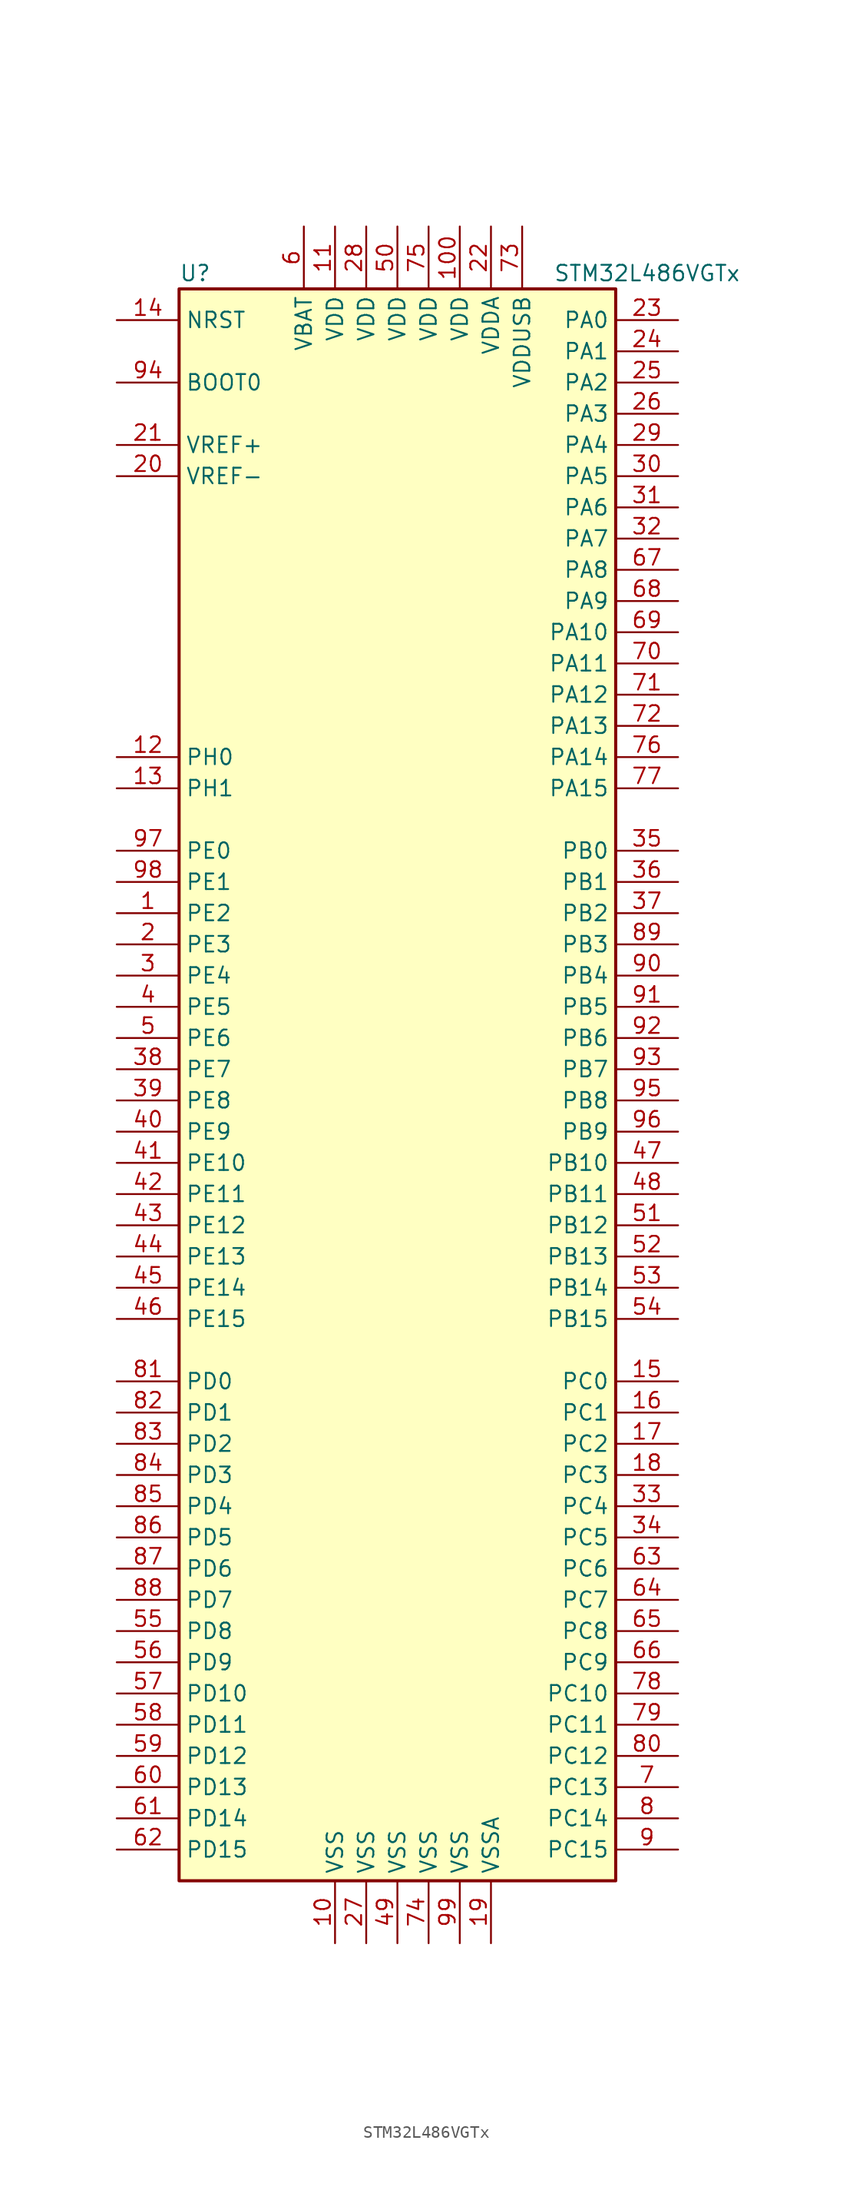
<source format=kicad_sym>
(kicad_symbol_lib
  (version 20201005)
  (generator kicad_symbol_editor)
  (symbol "STM32L486VGTx"
    (property "Reference" "U"
      (at -17.78 64.77 0)
      (effects (font (size 1.27 1.27)) (justify left)))
    (property "Value" "STM32L486VGTx"
      (at 12.7 64.77 0)
      (effects (font (size 1.27 1.27)) (justify left)))
    (symbol "STM32L486VGTx_0_1"
      (rectangle (start -17.78 -66.04) (end 17.78 63.5) (stroke (width 0.254)) (fill (type background))))
    (symbol "STM32L486VGTx_1_1"
      (pin input line (at -22.86 55.88 0) (length 5.08) (name "BOOT0" (effects (font (size 1.27 1.27)))) (number "94" (effects (font (size 1.27 1.27)))))
      (pin input line (at -22.86 60.96 0) (length 5.08) (name "NRST" (effects (font (size 1.27 1.27)))) (number "14" (effects (font (size 1.27 1.27)))))
      (pin bidirectional line (at 22.86 60.96 180) (length 5.08) (name "PA0" (effects (font (size 1.27 1.27)))) (number "23" (effects (font (size 1.27 1.27)))))
      (pin bidirectional line (at 22.86 58.42 180) (length 5.08) (name "PA1" (effects (font (size 1.27 1.27)))) (number "24" (effects (font (size 1.27 1.27)))))
      (pin bidirectional line (at 22.86 35.56 180) (length 5.08) (name "PA10" (effects (font (size 1.27 1.27)))) (number "69" (effects (font (size 1.27 1.27)))))
      (pin bidirectional line (at 22.86 33.02 180) (length 5.08) (name "PA11" (effects (font (size 1.27 1.27)))) (number "70" (effects (font (size 1.27 1.27)))))
      (pin bidirectional line (at 22.86 30.48 180) (length 5.08) (name "PA12" (effects (font (size 1.27 1.27)))) (number "71" (effects (font (size 1.27 1.27)))))
      (pin bidirectional line (at 22.86 27.94 180) (length 5.08) (name "PA13" (effects (font (size 1.27 1.27)))) (number "72" (effects (font (size 1.27 1.27)))))
      (pin bidirectional line (at 22.86 25.4 180) (length 5.08) (name "PA14" (effects (font (size 1.27 1.27)))) (number "76" (effects (font (size 1.27 1.27)))))
      (pin bidirectional line (at 22.86 22.86 180) (length 5.08) (name "PA15" (effects (font (size 1.27 1.27)))) (number "77" (effects (font (size 1.27 1.27)))))
      (pin bidirectional line (at 22.86 55.88 180) (length 5.08) (name "PA2" (effects (font (size 1.27 1.27)))) (number "25" (effects (font (size 1.27 1.27)))))
      (pin bidirectional line (at 22.86 53.34 180) (length 5.08) (name "PA3" (effects (font (size 1.27 1.27)))) (number "26" (effects (font (size 1.27 1.27)))))
      (pin bidirectional line (at 22.86 50.8 180) (length 5.08) (name "PA4" (effects (font (size 1.27 1.27)))) (number "29" (effects (font (size 1.27 1.27)))))
      (pin bidirectional line (at 22.86 48.26 180) (length 5.08) (name "PA5" (effects (font (size 1.27 1.27)))) (number "30" (effects (font (size 1.27 1.27)))))
      (pin bidirectional line (at 22.86 45.72 180) (length 5.08) (name "PA6" (effects (font (size 1.27 1.27)))) (number "31" (effects (font (size 1.27 1.27)))))
      (pin bidirectional line (at 22.86 43.18 180) (length 5.08) (name "PA7" (effects (font (size 1.27 1.27)))) (number "32" (effects (font (size 1.27 1.27)))))
      (pin bidirectional line (at 22.86 40.64 180) (length 5.08) (name "PA8" (effects (font (size 1.27 1.27)))) (number "67" (effects (font (size 1.27 1.27)))))
      (pin bidirectional line (at 22.86 38.1 180) (length 5.08) (name "PA9" (effects (font (size 1.27 1.27)))) (number "68" (effects (font (size 1.27 1.27)))))
      (pin bidirectional line (at 22.86 17.78 180) (length 5.08) (name "PB0" (effects (font (size 1.27 1.27)))) (number "35" (effects (font (size 1.27 1.27)))))
      (pin bidirectional line (at 22.86 15.24 180) (length 5.08) (name "PB1" (effects (font (size 1.27 1.27)))) (number "36" (effects (font (size 1.27 1.27)))))
      (pin bidirectional line (at 22.86 -7.62 180) (length 5.08) (name "PB10" (effects (font (size 1.27 1.27)))) (number "47" (effects (font (size 1.27 1.27)))))
      (pin bidirectional line (at 22.86 -10.16 180) (length 5.08) (name "PB11" (effects (font (size 1.27 1.27)))) (number "48" (effects (font (size 1.27 1.27)))))
      (pin bidirectional line (at 22.86 -12.7 180) (length 5.08) (name "PB12" (effects (font (size 1.27 1.27)))) (number "51" (effects (font (size 1.27 1.27)))))
      (pin bidirectional line (at 22.86 -15.24 180) (length 5.08) (name "PB13" (effects (font (size 1.27 1.27)))) (number "52" (effects (font (size 1.27 1.27)))))
      (pin bidirectional line (at 22.86 -17.78 180) (length 5.08) (name "PB14" (effects (font (size 1.27 1.27)))) (number "53" (effects (font (size 1.27 1.27)))))
      (pin bidirectional line (at 22.86 -20.32 180) (length 5.08) (name "PB15" (effects (font (size 1.27 1.27)))) (number "54" (effects (font (size 1.27 1.27)))))
      (pin bidirectional line (at 22.86 12.7 180) (length 5.08) (name "PB2" (effects (font (size 1.27 1.27)))) (number "37" (effects (font (size 1.27 1.27)))))
      (pin bidirectional line (at 22.86 10.16 180) (length 5.08) (name "PB3" (effects (font (size 1.27 1.27)))) (number "89" (effects (font (size 1.27 1.27)))))
      (pin bidirectional line (at 22.86 7.62 180) (length 5.08) (name "PB4" (effects (font (size 1.27 1.27)))) (number "90" (effects (font (size 1.27 1.27)))))
      (pin bidirectional line (at 22.86 5.08 180) (length 5.08) (name "PB5" (effects (font (size 1.27 1.27)))) (number "91" (effects (font (size 1.27 1.27)))))
      (pin bidirectional line (at 22.86 2.54 180) (length 5.08) (name "PB6" (effects (font (size 1.27 1.27)))) (number "92" (effects (font (size 1.27 1.27)))))
      (pin bidirectional line (at 22.86 0 180) (length 5.08) (name "PB7" (effects (font (size 1.27 1.27)))) (number "93" (effects (font (size 1.27 1.27)))))
      (pin bidirectional line (at 22.86 -2.54 180) (length 5.08) (name "PB8" (effects (font (size 1.27 1.27)))) (number "95" (effects (font (size 1.27 1.27)))))
      (pin bidirectional line (at 22.86 -5.08 180) (length 5.08) (name "PB9" (effects (font (size 1.27 1.27)))) (number "96" (effects (font (size 1.27 1.27)))))
      (pin bidirectional line (at 22.86 -25.4 180) (length 5.08) (name "PC0" (effects (font (size 1.27 1.27)))) (number "15" (effects (font (size 1.27 1.27)))))
      (pin bidirectional line (at 22.86 -27.94 180) (length 5.08) (name "PC1" (effects (font (size 1.27 1.27)))) (number "16" (effects (font (size 1.27 1.27)))))
      (pin bidirectional line (at 22.86 -50.8 180) (length 5.08) (name "PC10" (effects (font (size 1.27 1.27)))) (number "78" (effects (font (size 1.27 1.27)))))
      (pin bidirectional line (at 22.86 -53.34 180) (length 5.08) (name "PC11" (effects (font (size 1.27 1.27)))) (number "79" (effects (font (size 1.27 1.27)))))
      (pin bidirectional line (at 22.86 -55.88 180) (length 5.08) (name "PC12" (effects (font (size 1.27 1.27)))) (number "80" (effects (font (size 1.27 1.27)))))
      (pin bidirectional line (at 22.86 -58.42 180) (length 5.08) (name "PC13" (effects (font (size 1.27 1.27)))) (number "7" (effects (font (size 1.27 1.27)))))
      (pin bidirectional line (at 22.86 -60.96 180) (length 5.08) (name "PC14" (effects (font (size 1.27 1.27)))) (number "8" (effects (font (size 1.27 1.27)))))
      (pin bidirectional line (at 22.86 -63.5 180) (length 5.08) (name "PC15" (effects (font (size 1.27 1.27)))) (number "9" (effects (font (size 1.27 1.27)))))
      (pin bidirectional line (at 22.86 -30.48 180) (length 5.08) (name "PC2" (effects (font (size 1.27 1.27)))) (number "17" (effects (font (size 1.27 1.27)))))
      (pin bidirectional line (at 22.86 -33.02 180) (length 5.08) (name "PC3" (effects (font (size 1.27 1.27)))) (number "18" (effects (font (size 1.27 1.27)))))
      (pin bidirectional line (at 22.86 -35.56 180) (length 5.08) (name "PC4" (effects (font (size 1.27 1.27)))) (number "33" (effects (font (size 1.27 1.27)))))
      (pin bidirectional line (at 22.86 -38.1 180) (length 5.08) (name "PC5" (effects (font (size 1.27 1.27)))) (number "34" (effects (font (size 1.27 1.27)))))
      (pin bidirectional line (at 22.86 -40.64 180) (length 5.08) (name "PC6" (effects (font (size 1.27 1.27)))) (number "63" (effects (font (size 1.27 1.27)))))
      (pin bidirectional line (at 22.86 -43.18 180) (length 5.08) (name "PC7" (effects (font (size 1.27 1.27)))) (number "64" (effects (font (size 1.27 1.27)))))
      (pin bidirectional line (at 22.86 -45.72 180) (length 5.08) (name "PC8" (effects (font (size 1.27 1.27)))) (number "65" (effects (font (size 1.27 1.27)))))
      (pin bidirectional line (at 22.86 -48.26 180) (length 5.08) (name "PC9" (effects (font (size 1.27 1.27)))) (number "66" (effects (font (size 1.27 1.27)))))
      (pin bidirectional line (at -22.86 -25.4 0) (length 5.08) (name "PD0" (effects (font (size 1.27 1.27)))) (number "81" (effects (font (size 1.27 1.27)))))
      (pin bidirectional line (at -22.86 -27.94 0) (length 5.08) (name "PD1" (effects (font (size 1.27 1.27)))) (number "82" (effects (font (size 1.27 1.27)))))
      (pin bidirectional line (at -22.86 -50.8 0) (length 5.08) (name "PD10" (effects (font (size 1.27 1.27)))) (number "57" (effects (font (size 1.27 1.27)))))
      (pin bidirectional line (at -22.86 -53.34 0) (length 5.08) (name "PD11" (effects (font (size 1.27 1.27)))) (number "58" (effects (font (size 1.27 1.27)))))
      (pin bidirectional line (at -22.86 -55.88 0) (length 5.08) (name "PD12" (effects (font (size 1.27 1.27)))) (number "59" (effects (font (size 1.27 1.27)))))
      (pin bidirectional line (at -22.86 -58.42 0) (length 5.08) (name "PD13" (effects (font (size 1.27 1.27)))) (number "60" (effects (font (size 1.27 1.27)))))
      (pin bidirectional line (at -22.86 -60.96 0) (length 5.08) (name "PD14" (effects (font (size 1.27 1.27)))) (number "61" (effects (font (size 1.27 1.27)))))
      (pin bidirectional line (at -22.86 -63.5 0) (length 5.08) (name "PD15" (effects (font (size 1.27 1.27)))) (number "62" (effects (font (size 1.27 1.27)))))
      (pin bidirectional line (at -22.86 -30.48 0) (length 5.08) (name "PD2" (effects (font (size 1.27 1.27)))) (number "83" (effects (font (size 1.27 1.27)))))
      (pin bidirectional line (at -22.86 -33.02 0) (length 5.08) (name "PD3" (effects (font (size 1.27 1.27)))) (number "84" (effects (font (size 1.27 1.27)))))
      (pin bidirectional line (at -22.86 -35.56 0) (length 5.08) (name "PD4" (effects (font (size 1.27 1.27)))) (number "85" (effects (font (size 1.27 1.27)))))
      (pin bidirectional line (at -22.86 -38.1 0) (length 5.08) (name "PD5" (effects (font (size 1.27 1.27)))) (number "86" (effects (font (size 1.27 1.27)))))
      (pin bidirectional line (at -22.86 -40.64 0) (length 5.08) (name "PD6" (effects (font (size 1.27 1.27)))) (number "87" (effects (font (size 1.27 1.27)))))
      (pin bidirectional line (at -22.86 -43.18 0) (length 5.08) (name "PD7" (effects (font (size 1.27 1.27)))) (number "88" (effects (font (size 1.27 1.27)))))
      (pin bidirectional line (at -22.86 -45.72 0) (length 5.08) (name "PD8" (effects (font (size 1.27 1.27)))) (number "55" (effects (font (size 1.27 1.27)))))
      (pin bidirectional line (at -22.86 -48.26 0) (length 5.08) (name "PD9" (effects (font (size 1.27 1.27)))) (number "56" (effects (font (size 1.27 1.27)))))
      (pin bidirectional line (at -22.86 17.78 0) (length 5.08) (name "PE0" (effects (font (size 1.27 1.27)))) (number "97" (effects (font (size 1.27 1.27)))))
      (pin bidirectional line (at -22.86 15.24 0) (length 5.08) (name "PE1" (effects (font (size 1.27 1.27)))) (number "98" (effects (font (size 1.27 1.27)))))
      (pin bidirectional line (at -22.86 -7.62 0) (length 5.08) (name "PE10" (effects (font (size 1.27 1.27)))) (number "41" (effects (font (size 1.27 1.27)))))
      (pin bidirectional line (at -22.86 -10.16 0) (length 5.08) (name "PE11" (effects (font (size 1.27 1.27)))) (number "42" (effects (font (size 1.27 1.27)))))
      (pin bidirectional line (at -22.86 -12.7 0) (length 5.08) (name "PE12" (effects (font (size 1.27 1.27)))) (number "43" (effects (font (size 1.27 1.27)))))
      (pin bidirectional line (at -22.86 -15.24 0) (length 5.08) (name "PE13" (effects (font (size 1.27 1.27)))) (number "44" (effects (font (size 1.27 1.27)))))
      (pin bidirectional line (at -22.86 -17.78 0) (length 5.08) (name "PE14" (effects (font (size 1.27 1.27)))) (number "45" (effects (font (size 1.27 1.27)))))
      (pin bidirectional line (at -22.86 -20.32 0) (length 5.08) (name "PE15" (effects (font (size 1.27 1.27)))) (number "46" (effects (font (size 1.27 1.27)))))
      (pin bidirectional line (at -22.86 12.7 0) (length 5.08) (name "PE2" (effects (font (size 1.27 1.27)))) (number "1" (effects (font (size 1.27 1.27)))))
      (pin bidirectional line (at -22.86 10.16 0) (length 5.08) (name "PE3" (effects (font (size 1.27 1.27)))) (number "2" (effects (font (size 1.27 1.27)))))
      (pin bidirectional line (at -22.86 7.62 0) (length 5.08) (name "PE4" (effects (font (size 1.27 1.27)))) (number "3" (effects (font (size 1.27 1.27)))))
      (pin bidirectional line (at -22.86 5.08 0) (length 5.08) (name "PE5" (effects (font (size 1.27 1.27)))) (number "4" (effects (font (size 1.27 1.27)))))
      (pin bidirectional line (at -22.86 2.54 0) (length 5.08) (name "PE6" (effects (font (size 1.27 1.27)))) (number "5" (effects (font (size 1.27 1.27)))))
      (pin bidirectional line (at -22.86 0 0) (length 5.08) (name "PE7" (effects (font (size 1.27 1.27)))) (number "38" (effects (font (size 1.27 1.27)))))
      (pin bidirectional line (at -22.86 -2.54 0) (length 5.08) (name "PE8" (effects (font (size 1.27 1.27)))) (number "39" (effects (font (size 1.27 1.27)))))
      (pin bidirectional line (at -22.86 -5.08 0) (length 5.08) (name "PE9" (effects (font (size 1.27 1.27)))) (number "40" (effects (font (size 1.27 1.27)))))
      (pin input line (at -22.86 25.4 0) (length 5.08) (name "PH0" (effects (font (size 1.27 1.27)))) (number "12" (effects (font (size 1.27 1.27)))))
      (pin input line (at -22.86 22.86 0) (length 5.08) (name "PH1" (effects (font (size 1.27 1.27)))) (number "13" (effects (font (size 1.27 1.27)))))
      (pin power_in line (at -7.62 68.58 270) (length 5.08) (name "VBAT" (effects (font (size 1.27 1.27)))) (number "6" (effects (font (size 1.27 1.27)))))
      (pin power_in line (at 5.08 68.58 270) (length 5.08) (name "VDD" (effects (font (size 1.27 1.27)))) (number "100" (effects (font (size 1.27 1.27)))))
      (pin power_in line (at -5.08 68.58 270) (length 5.08) (name "VDD" (effects (font (size 1.27 1.27)))) (number "11" (effects (font (size 1.27 1.27)))))
      (pin power_in line (at -2.54 68.58 270) (length 5.08) (name "VDD" (effects (font (size 1.27 1.27)))) (number "28" (effects (font (size 1.27 1.27)))))
      (pin power_in line (at 0 68.58 270) (length 5.08) (name "VDD" (effects (font (size 1.27 1.27)))) (number "50" (effects (font (size 1.27 1.27)))))
      (pin power_in line (at 2.54 68.58 270) (length 5.08) (name "VDD" (effects (font (size 1.27 1.27)))) (number "75" (effects (font (size 1.27 1.27)))))
      (pin power_in line (at 7.62 68.58 270) (length 5.08) (name "VDDA" (effects (font (size 1.27 1.27)))) (number "22" (effects (font (size 1.27 1.27)))))
      (pin power_in line (at 10.16 68.58 270) (length 5.08) (name "VDDUSB" (effects (font (size 1.27 1.27)))) (number "73" (effects (font (size 1.27 1.27)))))
      (pin bidirectional line (at -22.86 50.8 0) (length 5.08) (name "VREF+" (effects (font (size 1.27 1.27)))) (number "21" (effects (font (size 1.27 1.27)))))
      (pin power_in line (at -22.86 48.26 0) (length 5.08) (name "VREF-" (effects (font (size 1.27 1.27)))) (number "20" (effects (font (size 1.27 1.27)))))
      (pin power_in line (at -5.08 -71.12 90) (length 5.08) (name "VSS" (effects (font (size 1.27 1.27)))) (number "10" (effects (font (size 1.27 1.27)))))
      (pin power_in line (at -2.54 -71.12 90) (length 5.08) (name "VSS" (effects (font (size 1.27 1.27)))) (number "27" (effects (font (size 1.27 1.27)))))
      (pin power_in line (at 0 -71.12 90) (length 5.08) (name "VSS" (effects (font (size 1.27 1.27)))) (number "49" (effects (font (size 1.27 1.27)))))
      (pin power_in line (at 2.54 -71.12 90) (length 5.08) (name "VSS" (effects (font (size 1.27 1.27)))) (number "74" (effects (font (size 1.27 1.27)))))
      (pin power_in line (at 5.08 -71.12 90) (length 5.08) (name "VSS" (effects (font (size 1.27 1.27)))) (number "99" (effects (font (size 1.27 1.27)))))
      (pin power_in line (at 7.62 -71.12 90) (length 5.08) (name "VSSA" (effects (font (size 1.27 1.27)))) (number "19" (effects (font (size 1.27 1.27))))))))
</source>
